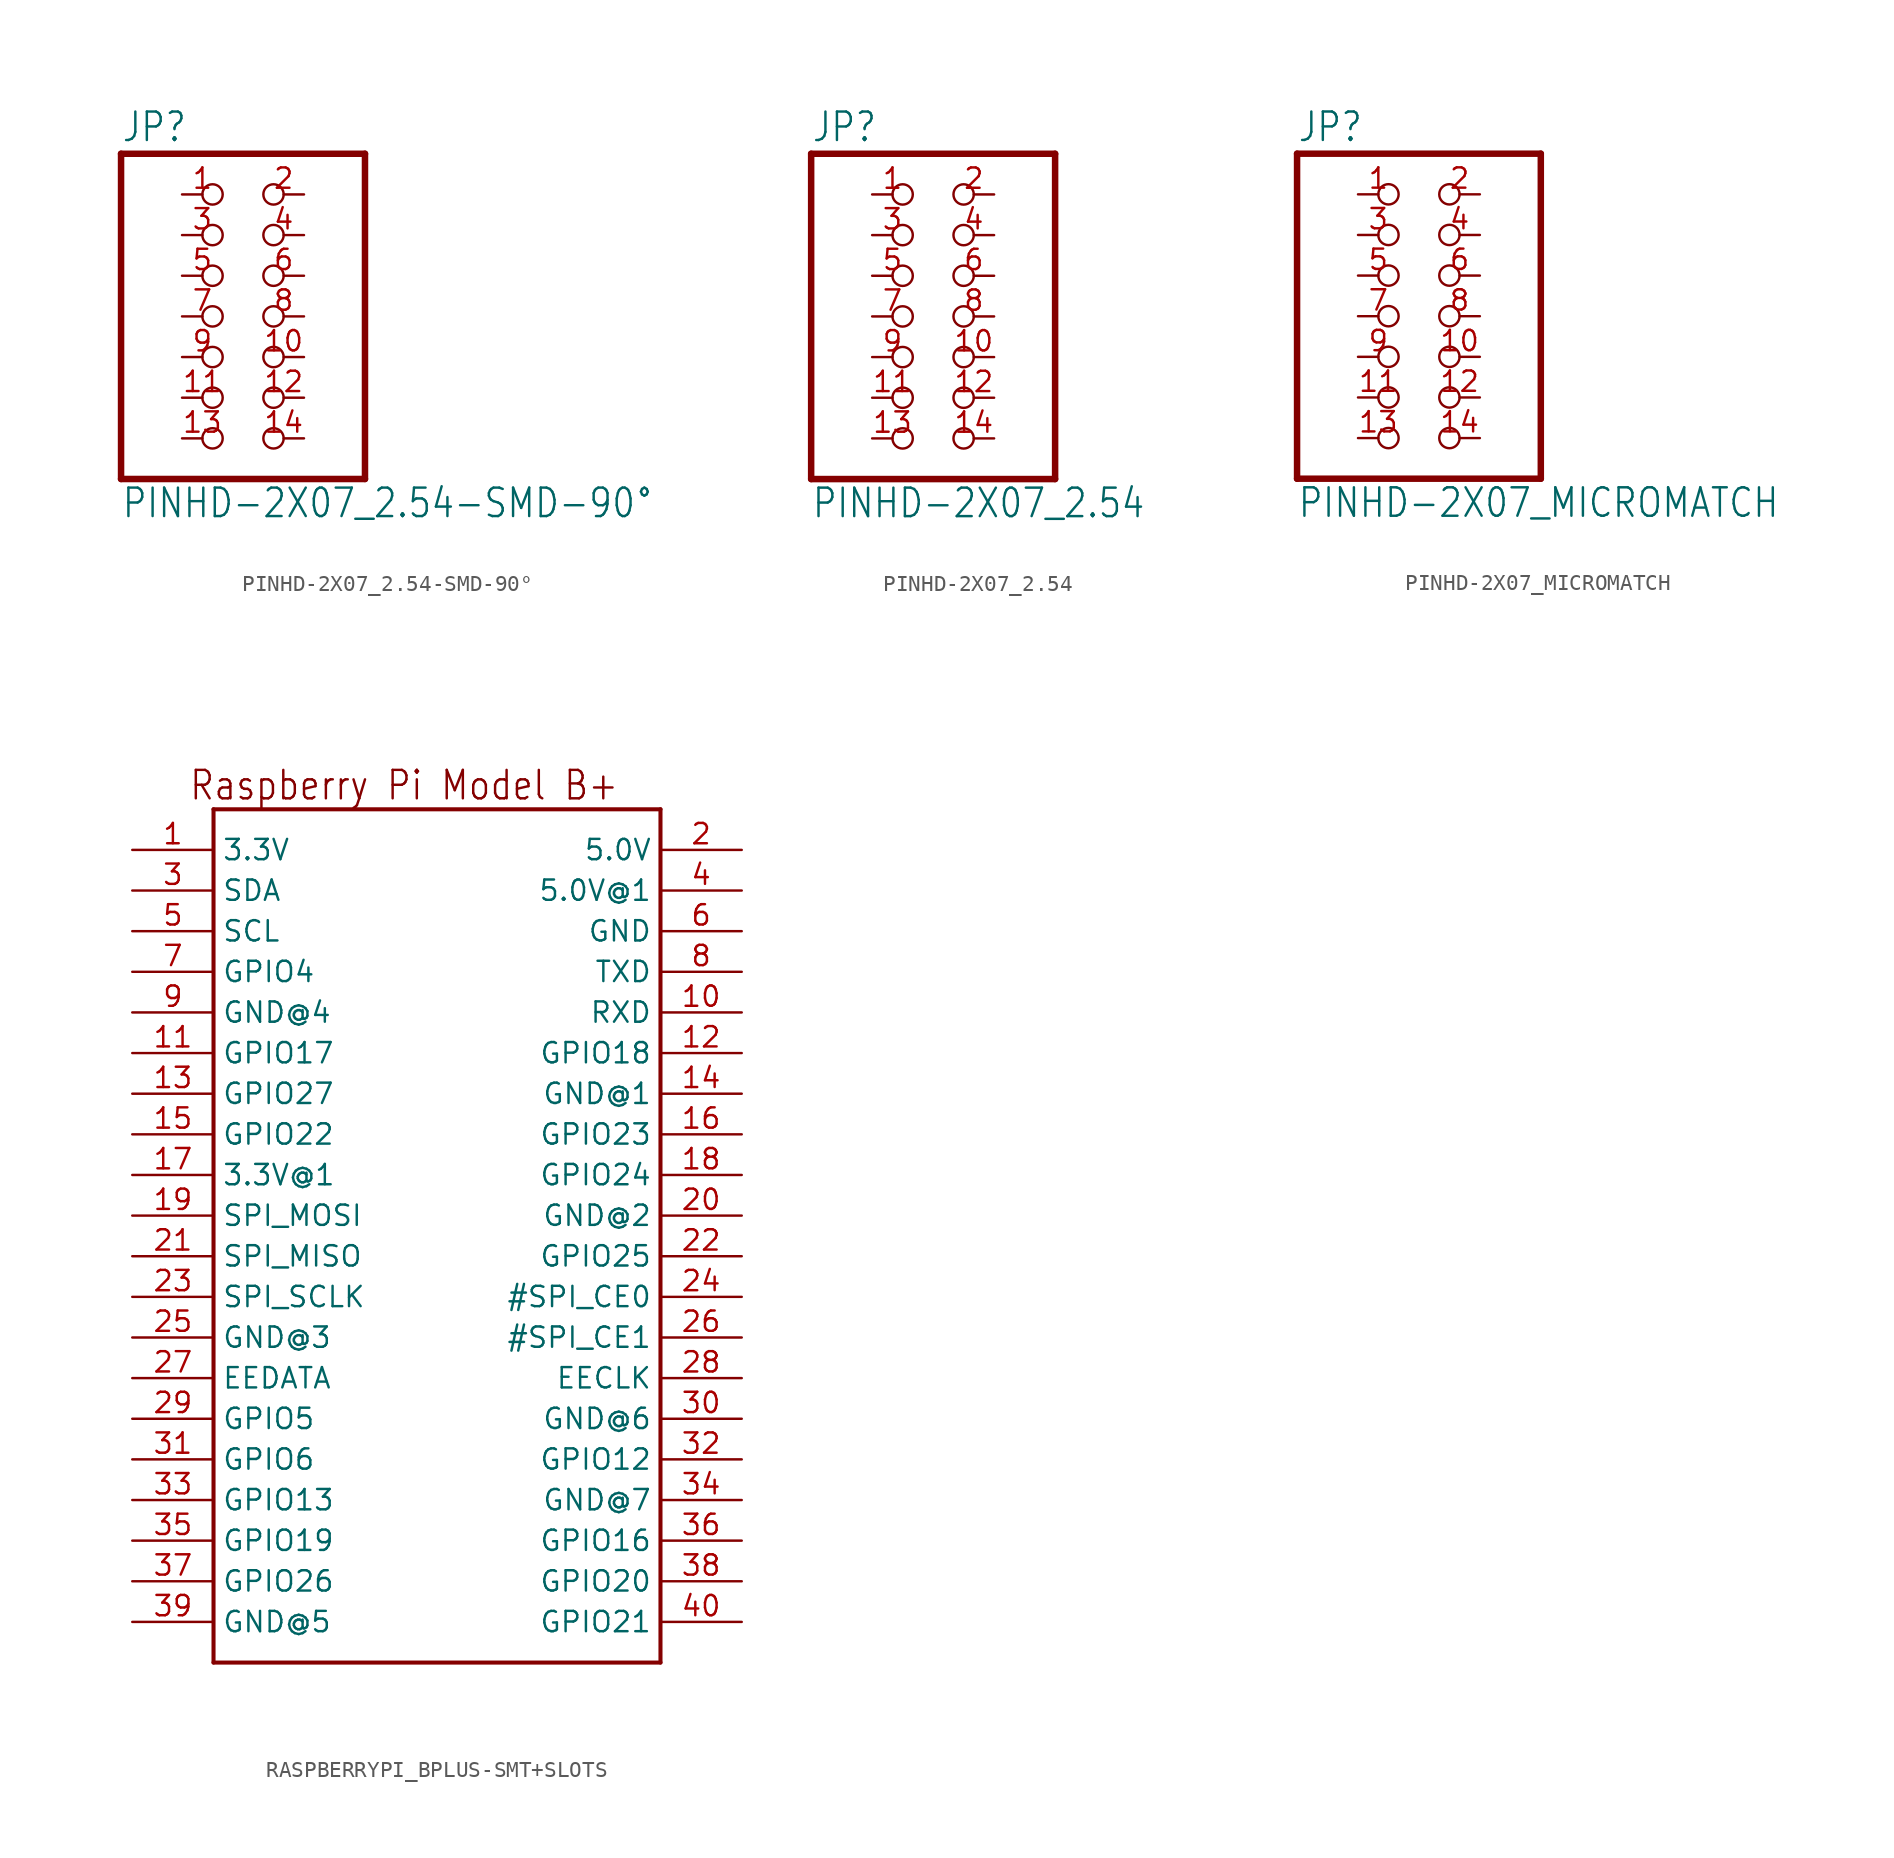
<source format=kicad_sym>
(kicad_symbol_lib
  (version 20211014)
  (generator kicad_symbol_editor)
  (symbol "PINHD-2X07_2.54-SMD-90°"
    (property "Reference" "JP"
      (at -6.35 10.795 0)
      (effects (font (size 1.778 1.511)) (justify left bottom)))
    (property "Value" "PINHD-2X07_2.54-SMD-90°"
      (at -6.35 -12.7 0)
      (effects (font (size 1.778 1.511)) (justify left bottom)))
    (property "ki_locked" ""
      (at 0 0 0)
      (effects (font (size 1.27 1.27))))
    (symbol "PINHD-2X07_2.54-SMD-90°_1_0"
      (polyline (pts (xy -6.35 -10.16) (xy 8.89 -10.16)) (stroke (width 0.406) (type default) (color 0 0 0 0)) (fill (type none)))
      (polyline (pts (xy -6.35 10.16) (xy -6.35 -10.16)) (stroke (width 0.406) (type default) (color 0 0 0 0)) (fill (type none)))
      (polyline (pts (xy 8.89 -10.16) (xy 8.89 10.16)) (stroke (width 0.406) (type default) (color 0 0 0 0)) (fill (type none)))
      (polyline (pts (xy 8.89 10.16) (xy -6.35 10.16)) (stroke (width 0.406) (type default) (color 0 0 0 0)) (fill (type none)))
      (pin passive inverted (at -2.54 7.62 0) (length 2.54) (name "1" (effects (font (size 0 0)))) (number "1" (effects (font (size 1.27 1.27)))))
      (pin passive inverted (at 5.08 -2.54 180) (length 2.54) (name "10" (effects (font (size 0 0)))) (number "10" (effects (font (size 1.27 1.27)))))
      (pin passive inverted (at -2.54 -5.08 0) (length 2.54) (name "11" (effects (font (size 0 0)))) (number "11" (effects (font (size 1.27 1.27)))))
      (pin passive inverted (at 5.08 -5.08 180) (length 2.54) (name "12" (effects (font (size 0 0)))) (number "12" (effects (font (size 1.27 1.27)))))
      (pin passive inverted (at -2.54 -7.62 0) (length 2.54) (name "13" (effects (font (size 0 0)))) (number "13" (effects (font (size 1.27 1.27)))))
      (pin passive inverted (at 5.08 -7.62 180) (length 2.54) (name "14" (effects (font (size 0 0)))) (number "14" (effects (font (size 1.27 1.27)))))
      (pin passive inverted (at 5.08 7.62 180) (length 2.54) (name "2" (effects (font (size 0 0)))) (number "2" (effects (font (size 1.27 1.27)))))
      (pin passive inverted (at -2.54 5.08 0) (length 2.54) (name "3" (effects (font (size 0 0)))) (number "3" (effects (font (size 1.27 1.27)))))
      (pin passive inverted (at 5.08 5.08 180) (length 2.54) (name "4" (effects (font (size 0 0)))) (number "4" (effects (font (size 1.27 1.27)))))
      (pin passive inverted (at -2.54 2.54 0) (length 2.54) (name "5" (effects (font (size 0 0)))) (number "5" (effects (font (size 1.27 1.27)))))
      (pin passive inverted (at 5.08 2.54 180) (length 2.54) (name "6" (effects (font (size 0 0)))) (number "6" (effects (font (size 1.27 1.27)))))
      (pin passive inverted (at -2.54 0 0) (length 2.54) (name "7" (effects (font (size 0 0)))) (number "7" (effects (font (size 1.27 1.27)))))
      (pin passive inverted (at 5.08 0 180) (length 2.54) (name "8" (effects (font (size 0 0)))) (number "8" (effects (font (size 1.27 1.27)))))
      (pin passive inverted (at -2.54 -2.54 0) (length 2.54) (name "9" (effects (font (size 0 0)))) (number "9" (effects (font (size 1.27 1.27)))))))
  (symbol "PINHD-2X07_2.54"
    (property "Reference" "JP"
      (at -6.35 10.795 0)
      (effects (font (size 1.778 1.511)) (justify left bottom)))
    (property "Value" "PINHD-2X07_2.54"
      (at -6.35 -12.7 0)
      (effects (font (size 1.778 1.511)) (justify left bottom)))
    (property "ki_locked" ""
      (at 0 0 0)
      (effects (font (size 1.27 1.27))))
    (symbol "PINHD-2X07_2.54_1_0"
      (polyline (pts (xy -6.35 -10.16) (xy 8.89 -10.16)) (stroke (width 0.406) (type default) (color 0 0 0 0)) (fill (type none)))
      (polyline (pts (xy -6.35 10.16) (xy -6.35 -10.16)) (stroke (width 0.406) (type default) (color 0 0 0 0)) (fill (type none)))
      (polyline (pts (xy 8.89 -10.16) (xy 8.89 10.16)) (stroke (width 0.406) (type default) (color 0 0 0 0)) (fill (type none)))
      (polyline (pts (xy 8.89 10.16) (xy -6.35 10.16)) (stroke (width 0.406) (type default) (color 0 0 0 0)) (fill (type none)))
      (pin passive inverted (at -2.54 7.62 0) (length 2.54) (name "1" (effects (font (size 0 0)))) (number "1" (effects (font (size 1.27 1.27)))))
      (pin passive inverted (at 5.08 -2.54 180) (length 2.54) (name "10" (effects (font (size 0 0)))) (number "10" (effects (font (size 1.27 1.27)))))
      (pin passive inverted (at -2.54 -5.08 0) (length 2.54) (name "11" (effects (font (size 0 0)))) (number "11" (effects (font (size 1.27 1.27)))))
      (pin passive inverted (at 5.08 -5.08 180) (length 2.54) (name "12" (effects (font (size 0 0)))) (number "12" (effects (font (size 1.27 1.27)))))
      (pin passive inverted (at -2.54 -7.62 0) (length 2.54) (name "13" (effects (font (size 0 0)))) (number "13" (effects (font (size 1.27 1.27)))))
      (pin passive inverted (at 5.08 -7.62 180) (length 2.54) (name "14" (effects (font (size 0 0)))) (number "14" (effects (font (size 1.27 1.27)))))
      (pin passive inverted (at 5.08 7.62 180) (length 2.54) (name "2" (effects (font (size 0 0)))) (number "2" (effects (font (size 1.27 1.27)))))
      (pin passive inverted (at -2.54 5.08 0) (length 2.54) (name "3" (effects (font (size 0 0)))) (number "3" (effects (font (size 1.27 1.27)))))
      (pin passive inverted (at 5.08 5.08 180) (length 2.54) (name "4" (effects (font (size 0 0)))) (number "4" (effects (font (size 1.27 1.27)))))
      (pin passive inverted (at -2.54 2.54 0) (length 2.54) (name "5" (effects (font (size 0 0)))) (number "5" (effects (font (size 1.27 1.27)))))
      (pin passive inverted (at 5.08 2.54 180) (length 2.54) (name "6" (effects (font (size 0 0)))) (number "6" (effects (font (size 1.27 1.27)))))
      (pin passive inverted (at -2.54 0 0) (length 2.54) (name "7" (effects (font (size 0 0)))) (number "7" (effects (font (size 1.27 1.27)))))
      (pin passive inverted (at 5.08 0 180) (length 2.54) (name "8" (effects (font (size 0 0)))) (number "8" (effects (font (size 1.27 1.27)))))
      (pin passive inverted (at -2.54 -2.54 0) (length 2.54) (name "9" (effects (font (size 0 0)))) (number "9" (effects (font (size 1.27 1.27)))))))
  (symbol "PINHD-2X07_MICROMATCH"
    (property "Reference" "JP"
      (at -6.35 10.795 0)
      (effects (font (size 1.778 1.511)) (justify left bottom)))
    (property "Value" "PINHD-2X07_MICROMATCH"
      (at -6.35 -12.7 0)
      (effects (font (size 1.778 1.511)) (justify left bottom)))
    (property "ki_locked" ""
      (at 0 0 0)
      (effects (font (size 1.27 1.27))))
    (symbol "PINHD-2X07_MICROMATCH_1_0"
      (polyline (pts (xy -6.35 -10.16) (xy 8.89 -10.16)) (stroke (width 0.406) (type default) (color 0 0 0 0)) (fill (type none)))
      (polyline (pts (xy -6.35 10.16) (xy -6.35 -10.16)) (stroke (width 0.406) (type default) (color 0 0 0 0)) (fill (type none)))
      (polyline (pts (xy 8.89 -10.16) (xy 8.89 10.16)) (stroke (width 0.406) (type default) (color 0 0 0 0)) (fill (type none)))
      (polyline (pts (xy 8.89 10.16) (xy -6.35 10.16)) (stroke (width 0.406) (type default) (color 0 0 0 0)) (fill (type none)))
      (pin passive inverted (at -2.54 7.62 0) (length 2.54) (name "1" (effects (font (size 0 0)))) (number "1" (effects (font (size 1.27 1.27)))))
      (pin passive inverted (at 5.08 -2.54 180) (length 2.54) (name "10" (effects (font (size 0 0)))) (number "10" (effects (font (size 1.27 1.27)))))
      (pin passive inverted (at -2.54 -5.08 0) (length 2.54) (name "11" (effects (font (size 0 0)))) (number "11" (effects (font (size 1.27 1.27)))))
      (pin passive inverted (at 5.08 -5.08 180) (length 2.54) (name "12" (effects (font (size 0 0)))) (number "12" (effects (font (size 1.27 1.27)))))
      (pin passive inverted (at -2.54 -7.62 0) (length 2.54) (name "13" (effects (font (size 0 0)))) (number "13" (effects (font (size 1.27 1.27)))))
      (pin passive inverted (at 5.08 -7.62 180) (length 2.54) (name "14" (effects (font (size 0 0)))) (number "14" (effects (font (size 1.27 1.27)))))
      (pin passive inverted (at 5.08 7.62 180) (length 2.54) (name "2" (effects (font (size 0 0)))) (number "2" (effects (font (size 1.27 1.27)))))
      (pin passive inverted (at -2.54 5.08 0) (length 2.54) (name "3" (effects (font (size 0 0)))) (number "3" (effects (font (size 1.27 1.27)))))
      (pin passive inverted (at 5.08 5.08 180) (length 2.54) (name "4" (effects (font (size 0 0)))) (number "4" (effects (font (size 1.27 1.27)))))
      (pin passive inverted (at -2.54 2.54 0) (length 2.54) (name "5" (effects (font (size 0 0)))) (number "5" (effects (font (size 1.27 1.27)))))
      (pin passive inverted (at 5.08 2.54 180) (length 2.54) (name "6" (effects (font (size 0 0)))) (number "6" (effects (font (size 1.27 1.27)))))
      (pin passive inverted (at -2.54 0 0) (length 2.54) (name "7" (effects (font (size 0 0)))) (number "7" (effects (font (size 1.27 1.27)))))
      (pin passive inverted (at 5.08 0 180) (length 2.54) (name "8" (effects (font (size 0 0)))) (number "8" (effects (font (size 1.27 1.27)))))
      (pin passive inverted (at -2.54 -2.54 0) (length 2.54) (name "9" (effects (font (size 0 0)))) (number "9" (effects (font (size 1.27 1.27)))))))
  (symbol "RASPBERRYPI_BPLUS-SMT+SLOTS"
    (property "Reference" "RPI"
      (at 0 0 0)
      (effects (font (size 1.27 1.27)) hide))
    (property "ki_locked" ""
      (at 0 0 0)
      (effects (font (size 1.27 1.27))))
    (symbol "RASPBERRYPI_BPLUS-SMT+SLOTS_1_0"
      (polyline (pts (xy -12.7 -30.48) (xy -12.7 22.86)) (stroke (width 0.254) (type default) (color 0 0 0 0)) (fill (type none)))
      (polyline (pts (xy -12.7 22.86) (xy 15.24 22.86)) (stroke (width 0.254) (type default) (color 0 0 0 0)) (fill (type none)))
      (polyline (pts (xy 15.24 -30.48) (xy -12.7 -30.48)) (stroke (width 0.254) (type default) (color 0 0 0 0)) (fill (type none)))
      (polyline (pts (xy 15.24 22.86) (xy 15.24 -30.48)) (stroke (width 0.254) (type default) (color 0 0 0 0)) (fill (type none)))
      (text "Raspberry Pi Model B+" (at 12.7 25.4 0) (effects (font (size 1.778 1.511)) (justify right top)))
      (pin power_in line (at -17.78 20.32 0) (length 5.08) (name "3.3V" (effects (font (size 1.27 1.27)))) (number "1" (effects (font (size 1.27 1.27)))))
      (pin bidirectional line (at 20.32 10.16 180) (length 5.08) (name "RXD" (effects (font (size 1.27 1.27)))) (number "10" (effects (font (size 1.27 1.27)))))
      (pin bidirectional line (at -17.78 7.62 0) (length 5.08) (name "GPIO17" (effects (font (size 1.27 1.27)))) (number "11" (effects (font (size 1.27 1.27)))))
      (pin bidirectional line (at 20.32 7.62 180) (length 5.08) (name "GPIO18" (effects (font (size 1.27 1.27)))) (number "12" (effects (font (size 1.27 1.27)))))
      (pin bidirectional line (at -17.78 5.08 0) (length 5.08) (name "GPIO27" (effects (font (size 1.27 1.27)))) (number "13" (effects (font (size 1.27 1.27)))))
      (pin power_in line (at 20.32 5.08 180) (length 5.08) (name "GND@1" (effects (font (size 1.27 1.27)))) (number "14" (effects (font (size 1.27 1.27)))))
      (pin bidirectional line (at -17.78 2.54 0) (length 5.08) (name "GPIO22" (effects (font (size 1.27 1.27)))) (number "15" (effects (font (size 1.27 1.27)))))
      (pin bidirectional line (at 20.32 2.54 180) (length 5.08) (name "GPIO23" (effects (font (size 1.27 1.27)))) (number "16" (effects (font (size 1.27 1.27)))))
      (pin power_in line (at -17.78 0 0) (length 5.08) (name "3.3V@1" (effects (font (size 1.27 1.27)))) (number "17" (effects (font (size 1.27 1.27)))))
      (pin bidirectional line (at 20.32 0 180) (length 5.08) (name "GPIO24" (effects (font (size 1.27 1.27)))) (number "18" (effects (font (size 1.27 1.27)))))
      (pin bidirectional line (at -17.78 -2.54 0) (length 5.08) (name "SPI_MOSI" (effects (font (size 1.27 1.27)))) (number "19" (effects (font (size 1.27 1.27)))))
      (pin power_in line (at 20.32 20.32 180) (length 5.08) (name "5.0V" (effects (font (size 1.27 1.27)))) (number "2" (effects (font (size 1.27 1.27)))))
      (pin power_in line (at 20.32 -2.54 180) (length 5.08) (name "GND@2" (effects (font (size 1.27 1.27)))) (number "20" (effects (font (size 1.27 1.27)))))
      (pin bidirectional line (at -17.78 -5.08 0) (length 5.08) (name "SPI_MISO" (effects (font (size 1.27 1.27)))) (number "21" (effects (font (size 1.27 1.27)))))
      (pin bidirectional line (at 20.32 -5.08 180) (length 5.08) (name "GPIO25" (effects (font (size 1.27 1.27)))) (number "22" (effects (font (size 1.27 1.27)))))
      (pin bidirectional line (at -17.78 -7.62 0) (length 5.08) (name "SPI_SCLK" (effects (font (size 1.27 1.27)))) (number "23" (effects (font (size 1.27 1.27)))))
      (pin bidirectional line (at 20.32 -7.62 180) (length 5.08) (name "#SPI_CE0" (effects (font (size 1.27 1.27)))) (number "24" (effects (font (size 1.27 1.27)))))
      (pin power_in line (at -17.78 -10.16 0) (length 5.08) (name "GND@3" (effects (font (size 1.27 1.27)))) (number "25" (effects (font (size 1.27 1.27)))))
      (pin bidirectional line (at 20.32 -10.16 180) (length 5.08) (name "#SPI_CE1" (effects (font (size 1.27 1.27)))) (number "26" (effects (font (size 1.27 1.27)))))
      (pin bidirectional line (at -17.78 -12.7 0) (length 5.08) (name "EEDATA" (effects (font (size 1.27 1.27)))) (number "27" (effects (font (size 1.27 1.27)))))
      (pin bidirectional line (at 20.32 -12.7 180) (length 5.08) (name "EECLK" (effects (font (size 1.27 1.27)))) (number "28" (effects (font (size 1.27 1.27)))))
      (pin bidirectional line (at -17.78 -15.24 0) (length 5.08) (name "GPIO5" (effects (font (size 1.27 1.27)))) (number "29" (effects (font (size 1.27 1.27)))))
      (pin bidirectional line (at -17.78 17.78 0) (length 5.08) (name "SDA" (effects (font (size 1.27 1.27)))) (number "3" (effects (font (size 1.27 1.27)))))
      (pin power_in line (at 20.32 -15.24 180) (length 5.08) (name "GND@6" (effects (font (size 1.27 1.27)))) (number "30" (effects (font (size 1.27 1.27)))))
      (pin bidirectional line (at -17.78 -17.78 0) (length 5.08) (name "GPIO6" (effects (font (size 1.27 1.27)))) (number "31" (effects (font (size 1.27 1.27)))))
      (pin bidirectional line (at 20.32 -17.78 180) (length 5.08) (name "GPIO12" (effects (font (size 1.27 1.27)))) (number "32" (effects (font (size 1.27 1.27)))))
      (pin bidirectional line (at -17.78 -20.32 0) (length 5.08) (name "GPIO13" (effects (font (size 1.27 1.27)))) (number "33" (effects (font (size 1.27 1.27)))))
      (pin power_in line (at 20.32 -20.32 180) (length 5.08) (name "GND@7" (effects (font (size 1.27 1.27)))) (number "34" (effects (font (size 1.27 1.27)))))
      (pin bidirectional line (at -17.78 -22.86 0) (length 5.08) (name "GPIO19" (effects (font (size 1.27 1.27)))) (number "35" (effects (font (size 1.27 1.27)))))
      (pin bidirectional line (at 20.32 -22.86 180) (length 5.08) (name "GPIO16" (effects (font (size 1.27 1.27)))) (number "36" (effects (font (size 1.27 1.27)))))
      (pin bidirectional line (at -17.78 -25.4 0) (length 5.08) (name "GPIO26" (effects (font (size 1.27 1.27)))) (number "37" (effects (font (size 1.27 1.27)))))
      (pin bidirectional line (at 20.32 -25.4 180) (length 5.08) (name "GPIO20" (effects (font (size 1.27 1.27)))) (number "38" (effects (font (size 1.27 1.27)))))
      (pin power_in line (at -17.78 -27.94 0) (length 5.08) (name "GND@5" (effects (font (size 1.27 1.27)))) (number "39" (effects (font (size 1.27 1.27)))))
      (pin power_in line (at 20.32 17.78 180) (length 5.08) (name "5.0V@1" (effects (font (size 1.27 1.27)))) (number "4" (effects (font (size 1.27 1.27)))))
      (pin bidirectional line (at 20.32 -27.94 180) (length 5.08) (name "GPIO21" (effects (font (size 1.27 1.27)))) (number "40" (effects (font (size 1.27 1.27)))))
      (pin bidirectional line (at -17.78 15.24 0) (length 5.08) (name "SCL" (effects (font (size 1.27 1.27)))) (number "5" (effects (font (size 1.27 1.27)))))
      (pin power_in line (at 20.32 15.24 180) (length 5.08) (name "GND" (effects (font (size 1.27 1.27)))) (number "6" (effects (font (size 1.27 1.27)))))
      (pin bidirectional line (at -17.78 12.7 0) (length 5.08) (name "GPIO4" (effects (font (size 1.27 1.27)))) (number "7" (effects (font (size 1.27 1.27)))))
      (pin bidirectional line (at 20.32 12.7 180) (length 5.08) (name "TXD" (effects (font (size 1.27 1.27)))) (number "8" (effects (font (size 1.27 1.27)))))
      (pin power_in line (at -17.78 10.16 0) (length 5.08) (name "GND@4" (effects (font (size 1.27 1.27)))) (number "9" (effects (font (size 1.27 1.27))))))))
</source>
